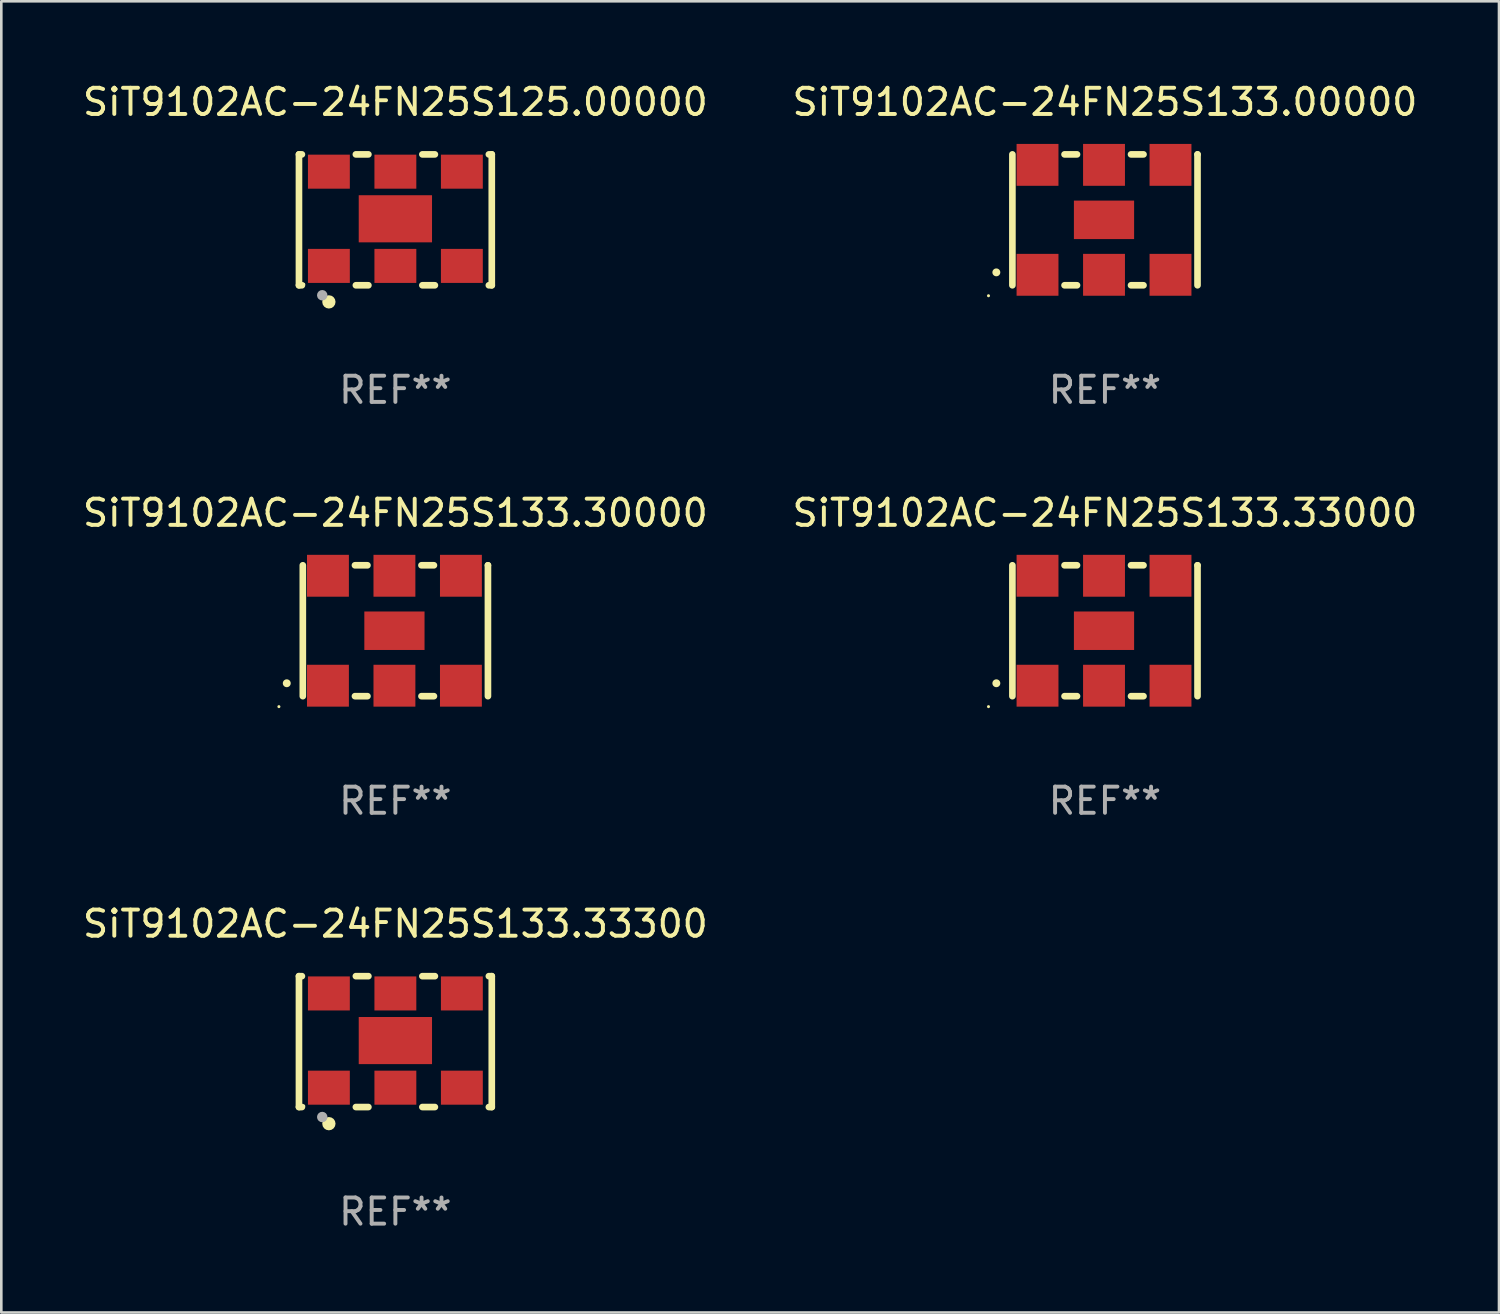
<source format=kicad_pcb>
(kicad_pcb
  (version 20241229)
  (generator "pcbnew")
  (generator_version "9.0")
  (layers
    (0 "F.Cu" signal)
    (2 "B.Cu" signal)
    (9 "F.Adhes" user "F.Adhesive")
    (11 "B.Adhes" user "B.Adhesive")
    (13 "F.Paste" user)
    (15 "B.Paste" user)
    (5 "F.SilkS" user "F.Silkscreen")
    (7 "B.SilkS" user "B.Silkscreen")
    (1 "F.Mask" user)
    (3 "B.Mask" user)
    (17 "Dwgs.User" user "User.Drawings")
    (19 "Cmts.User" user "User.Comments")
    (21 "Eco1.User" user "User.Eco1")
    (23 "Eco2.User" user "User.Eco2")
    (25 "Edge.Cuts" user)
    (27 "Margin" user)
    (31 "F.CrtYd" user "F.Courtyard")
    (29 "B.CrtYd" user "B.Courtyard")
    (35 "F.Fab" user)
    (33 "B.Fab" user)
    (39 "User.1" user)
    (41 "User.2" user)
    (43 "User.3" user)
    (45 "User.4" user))
  (footprint "SiT9102AC-24FN25S133.33000"
    (layer "F.Cu")
    (at 39.161 21.045)
    (property "Reference" "SiT9102AC-24FN25S133.33000" (at 0 -4.5 0) (layer "F.SilkS") (effects (font (size 1 1) (thickness 0.15))))
    (attr through_hole)
    (fp_line (start -3.536 -2.5) (end -3.536 2.5) (stroke (width 0.254) (type solid)) (layer "F.SilkS"))
    (fp_line (start -1.544 2.5) (end -1.067 2.5) (stroke (width 0.254) (type solid)) (layer "F.SilkS"))
    (fp_line (start -1.067 -2.5) (end -1.544 -2.5) (stroke (width 0.254) (type solid)) (layer "F.SilkS"))
    (fp_line (start 0.996 2.5) (end 1.473 2.5) (stroke (width 0.254) (type solid)) (layer "F.SilkS"))
    (fp_line (start 1.473 -2.5) (end 0.996 -2.5) (stroke (width 0.254) (type solid)) (layer "F.SilkS"))
    (fp_line (start 3.536 -2.5) (end 3.536 -2.5) (stroke (width 0.254) (type solid)) (layer "F.SilkS"))
    (fp_line (start 3.536 2.5) (end 3.536 -2.5) (stroke (width 0.254) (type solid)) (layer "F.SilkS"))
    (fp_arc (start -4.150432 2.006604) (mid -4.149162 2.006599) (end -4.147892 2.006604) (stroke (width 0.3) (type solid)) (layer "F.SilkS"))
    (fp_circle (center -4.449 2.9) (end -4.419 2.9) (stroke (width 0.06) (type solid)) (fill no) (layer "F.SilkS"))
    (fp_text user "REF**" (at 0 6.5 0) (layer "F.Fab") (effects (font (size 1 1) (thickness 0.15))))
    (pad "1" smd rect (at -2.576 2.1) (size 1.6 1.6) (layers "F.Cu" "F.Mask" "F.Paste"))
    (pad "2" smd rect (at -0.036 2.1) (size 1.6 1.6) (layers "F.Cu" "F.Mask" "F.Paste"))
    (pad "3" smd rect (at 2.504 2.1) (size 1.6 1.6) (layers "F.Cu" "F.Mask" "F.Paste"))
    (pad "4" smd rect (at 2.504 -2.1) (size 1.6 1.6) (layers "F.Cu" "F.Mask" "F.Paste"))
    (pad "5" smd rect (at -0.036 -2.1) (size 1.6 1.6) (layers "F.Cu" "F.Mask" "F.Paste"))
    (pad "6" smd rect (at -2.576 -2.1) (size 1.6 1.6) (layers "F.Cu" "F.Mask" "F.Paste"))
    (pad "7" smd rect (at -0.036 0) (size 2.3 1.47) (layers "F.Cu" "F.Mask" "F.Paste")))
  (footprint "SiT9102AC-24FN25S133.00000"
    (layer "F.Cu")
    (at 39.161 5.348)
    (property "Reference" "SiT9102AC-24FN25S133.00000" (at 0 -4.5 0) (layer "F.SilkS") (effects (font (size 1 1) (thickness 0.15))))
    (attr through_hole)
    (fp_line (start -3.536 -2.5) (end -3.536 2.5) (stroke (width 0.254) (type solid)) (layer "F.SilkS"))
    (fp_line (start -1.544 2.5) (end -1.067 2.5) (stroke (width 0.254) (type solid)) (layer "F.SilkS"))
    (fp_line (start -1.067 -2.5) (end -1.544 -2.5) (stroke (width 0.254) (type solid)) (layer "F.SilkS"))
    (fp_line (start 0.996 2.5) (end 1.473 2.5) (stroke (width 0.254) (type solid)) (layer "F.SilkS"))
    (fp_line (start 1.473 -2.5) (end 0.996 -2.5) (stroke (width 0.254) (type solid)) (layer "F.SilkS"))
    (fp_line (start 3.536 -2.5) (end 3.536 -2.5) (stroke (width 0.254) (type solid)) (layer "F.SilkS"))
    (fp_line (start 3.536 2.5) (end 3.536 -2.5) (stroke (width 0.254) (type solid)) (layer "F.SilkS"))
    (fp_arc (start -4.150432 2.006604) (mid -4.149162 2.006599) (end -4.147892 2.006604) (stroke (width 0.3) (type solid)) (layer "F.SilkS"))
    (fp_circle (center -4.449 2.9) (end -4.419 2.9) (stroke (width 0.06) (type solid)) (fill no) (layer "F.SilkS"))
    (fp_text user "REF**" (at 0 6.5 0) (layer "F.Fab") (effects (font (size 1 1) (thickness 0.15))))
    (pad "1" smd rect (at -2.576 2.1) (size 1.6 1.6) (layers "F.Cu" "F.Mask" "F.Paste"))
    (pad "2" smd rect (at -0.036 2.1) (size 1.6 1.6) (layers "F.Cu" "F.Mask" "F.Paste"))
    (pad "3" smd rect (at 2.504 2.1) (size 1.6 1.6) (layers "F.Cu" "F.Mask" "F.Paste"))
    (pad "4" smd rect (at 2.504 -2.1) (size 1.6 1.6) (layers "F.Cu" "F.Mask" "F.Paste"))
    (pad "5" smd rect (at -0.036 -2.1) (size 1.6 1.6) (layers "F.Cu" "F.Mask" "F.Paste"))
    (pad "6" smd rect (at -2.576 -2.1) (size 1.6 1.6) (layers "F.Cu" "F.Mask" "F.Paste"))
    (pad "7" smd rect (at -0.036 0) (size 2.3 1.47) (layers "F.Cu" "F.Mask" "F.Paste")))
  (footprint "SiT9102AC-24FN25S133.30000"
    (layer "F.Cu")
    (at 12.054 21.045)
    (property "Reference" "SiT9102AC-24FN25S133.30000" (at 0 -4.5 0) (layer "F.SilkS") (effects (font (size 1 1) (thickness 0.15))))
    (attr through_hole)
    (fp_line (start -3.536 -2.5) (end -3.536 2.5) (stroke (width 0.254) (type solid)) (layer "F.SilkS"))
    (fp_line (start -1.544 2.5) (end -1.067 2.5) (stroke (width 0.254) (type solid)) (layer "F.SilkS"))
    (fp_line (start -1.067 -2.5) (end -1.544 -2.5) (stroke (width 0.254) (type solid)) (layer "F.SilkS"))
    (fp_line (start 0.996 2.5) (end 1.473 2.5) (stroke (width 0.254) (type solid)) (layer "F.SilkS"))
    (fp_line (start 1.473 -2.5) (end 0.996 -2.5) (stroke (width 0.254) (type solid)) (layer "F.SilkS"))
    (fp_line (start 3.536 -2.5) (end 3.536 -2.5) (stroke (width 0.254) (type solid)) (layer "F.SilkS"))
    (fp_line (start 3.536 2.5) (end 3.536 -2.5) (stroke (width 0.254) (type solid)) (layer "F.SilkS"))
    (fp_arc (start -4.150432 2.006604) (mid -4.149162 2.006599) (end -4.147892 2.006604) (stroke (width 0.3) (type solid)) (layer "F.SilkS"))
    (fp_circle (center -4.449 2.9) (end -4.419 2.9) (stroke (width 0.06) (type solid)) (fill no) (layer "F.SilkS"))
    (fp_text user "REF**" (at 0 6.5 0) (layer "F.Fab") (effects (font (size 1 1) (thickness 0.15))))
    (pad "1" smd rect (at -2.576 2.1) (size 1.6 1.6) (layers "F.Cu" "F.Mask" "F.Paste"))
    (pad "2" smd rect (at -0.036 2.1) (size 1.6 1.6) (layers "F.Cu" "F.Mask" "F.Paste"))
    (pad "3" smd rect (at 2.504 2.1) (size 1.6 1.6) (layers "F.Cu" "F.Mask" "F.Paste"))
    (pad "4" smd rect (at 2.504 -2.1) (size 1.6 1.6) (layers "F.Cu" "F.Mask" "F.Paste"))
    (pad "5" smd rect (at -0.036 -2.1) (size 1.6 1.6) (layers "F.Cu" "F.Mask" "F.Paste"))
    (pad "6" smd rect (at -2.576 -2.1) (size 1.6 1.6) (layers "F.Cu" "F.Mask" "F.Paste"))
    (pad "7" smd rect (at -0.036 0) (size 2.3 1.47) (layers "F.Cu" "F.Mask" "F.Paste")))
  (footprint "SiT9102AC-24FN25S133.33300"
    (layer "F.Cu")
    (at 12.054 36.741)
    (property "Reference" "SiT9102AC-24FN25S133.33300" (at 0 -4.5 0) (layer "F.SilkS") (effects (font (size 1 1) (thickness 0.15))))
    (attr through_hole)
    (fp_line (start -3.683 -2.5) (end -3.571 -2.5) (stroke (width 0.254) (type solid)) (layer "F.SilkS"))
    (fp_line (start -3.683 2.5) (end -3.683 -2.5) (stroke (width 0.254) (type solid)) (layer "F.SilkS"))
    (fp_line (start -3.683 2.5) (end -3.571 2.5) (stroke (width 0.254) (type solid)) (layer "F.SilkS"))
    (fp_line (start -1.509 -2.5) (end -1.031 -2.5) (stroke (width 0.254) (type solid)) (layer "F.SilkS"))
    (fp_line (start -1.509 2.5) (end -1.031 2.5) (stroke (width 0.254) (type solid)) (layer "F.SilkS"))
    (fp_line (start 1.031 -2.5) (end 1.509 -2.5) (stroke (width 0.254) (type solid)) (layer "F.SilkS"))
    (fp_line (start 1.031 2.5) (end 1.509 2.5) (stroke (width 0.254) (type solid)) (layer "F.SilkS"))
    (fp_line (start 3.571 -2.5) (end 3.683 -2.5) (stroke (width 0.254) (type solid)) (layer "F.SilkS"))
    (fp_line (start 3.571 2.5) (end 3.683 2.5) (stroke (width 0.254) (type solid)) (layer "F.SilkS"))
    (fp_line (start 3.683 2.5) (end 3.683 -2.5) (stroke (width 0.254) (type solid)) (layer "F.SilkS"))
    (fp_circle (center -3.5 2.46) (end -3.47 2.46) (stroke (width 0.06) (type solid)) (fill no) (layer "F.SilkS"))
    (fp_circle (center -2.54 3.135) (end -2.413 3.135) (stroke (width 0.254) (type solid)) (fill no) (layer "F.SilkS"))
    (fp_circle (center -2.794 2.881) (end -2.694 2.881) (stroke (width 0.2) (type solid)) (fill no) (layer "F.Fab"))
    (fp_text user "REF**" (at 0 6.5 0) (layer "F.Fab") (effects (font (size 1 1) (thickness 0.15))))
    (pad "1" smd rect (at -2.54 1.76) (size 1.6 1.3) (layers "F.Cu" "F.Mask" "F.Paste"))
    (pad "2" smd rect (at 0 1.76) (size 1.6 1.3) (layers "F.Cu" "F.Mask" "F.Paste"))
    (pad "3" smd rect (at 2.54 1.76) (size 1.6 1.3) (layers "F.Cu" "F.Mask" "F.Paste"))
    (pad "4" smd rect (at 2.54 -1.84) (size 1.6 1.3) (layers "F.Cu" "F.Mask" "F.Paste"))
    (pad "5" smd rect (at 0 -1.84) (size 1.6 1.3) (layers "F.Cu" "F.Mask" "F.Paste"))
    (pad "6" smd rect (at -2.54 -1.84) (size 1.6 1.3) (layers "F.Cu" "F.Mask" "F.Paste"))
    (pad "7" smd rect (at 0 -0.04) (size 2.8 1.8) (layers "F.Cu" "F.Mask" "F.Paste")))
  (footprint "SiT9102AC-24FN25S125.00000"
    (layer "F.Cu")
    (at 12.054 5.348)
    (property "Reference" "SiT9102AC-24FN25S125.00000" (at 0 -4.5 0) (layer "F.SilkS") (effects (font (size 1 1) (thickness 0.15))))
    (attr through_hole)
    (fp_line (start -3.683 -2.5) (end -3.571 -2.5) (stroke (width 0.254) (type solid)) (layer "F.SilkS"))
    (fp_line (start -3.683 2.5) (end -3.683 -2.5) (stroke (width 0.254) (type solid)) (layer "F.SilkS"))
    (fp_line (start -3.683 2.5) (end -3.571 2.5) (stroke (width 0.254) (type solid)) (layer "F.SilkS"))
    (fp_line (start -1.509 -2.5) (end -1.031 -2.5) (stroke (width 0.254) (type solid)) (layer "F.SilkS"))
    (fp_line (start -1.509 2.5) (end -1.031 2.5) (stroke (width 0.254) (type solid)) (layer "F.SilkS"))
    (fp_line (start 1.031 -2.5) (end 1.509 -2.5) (stroke (width 0.254) (type solid)) (layer "F.SilkS"))
    (fp_line (start 1.031 2.5) (end 1.509 2.5) (stroke (width 0.254) (type solid)) (layer "F.SilkS"))
    (fp_line (start 3.571 -2.5) (end 3.683 -2.5) (stroke (width 0.254) (type solid)) (layer "F.SilkS"))
    (fp_line (start 3.571 2.5) (end 3.683 2.5) (stroke (width 0.254) (type solid)) (layer "F.SilkS"))
    (fp_line (start 3.683 2.5) (end 3.683 -2.5) (stroke (width 0.254) (type solid)) (layer "F.SilkS"))
    (fp_circle (center -3.5 2.46) (end -3.47 2.46) (stroke (width 0.06) (type solid)) (fill no) (layer "F.SilkS"))
    (fp_circle (center -2.54 3.135) (end -2.413 3.135) (stroke (width 0.254) (type solid)) (fill no) (layer "F.SilkS"))
    (fp_circle (center -2.794 2.881) (end -2.694 2.881) (stroke (width 0.2) (type solid)) (fill no) (layer "F.Fab"))
    (fp_text user "REF**" (at 0 6.5 0) (layer "F.Fab") (effects (font (size 1 1) (thickness 0.15))))
    (pad "1" smd rect (at -2.54 1.76) (size 1.6 1.3) (layers "F.Cu" "F.Mask" "F.Paste"))
    (pad "2" smd rect (at 0 1.76) (size 1.6 1.3) (layers "F.Cu" "F.Mask" "F.Paste"))
    (pad "3" smd rect (at 2.54 1.76) (size 1.6 1.3) (layers "F.Cu" "F.Mask" "F.Paste"))
    (pad "4" smd rect (at 2.54 -1.84) (size 1.6 1.3) (layers "F.Cu" "F.Mask" "F.Paste"))
    (pad "5" smd rect (at 0 -1.84) (size 1.6 1.3) (layers "F.Cu" "F.Mask" "F.Paste"))
    (pad "6" smd rect (at -2.54 -1.84) (size 1.6 1.3) (layers "F.Cu" "F.Mask" "F.Paste"))
    (pad "7" smd rect (at 0 -0.04) (size 2.8 1.8) (layers "F.Cu" "F.Mask" "F.Paste")))
  (gr_rect
    (start -3 -3)
    (end 54.214 47.09)
    (stroke (width 0.1) (type default))
    (fill no)
    (layer "Edge.Cuts")))
</source>
